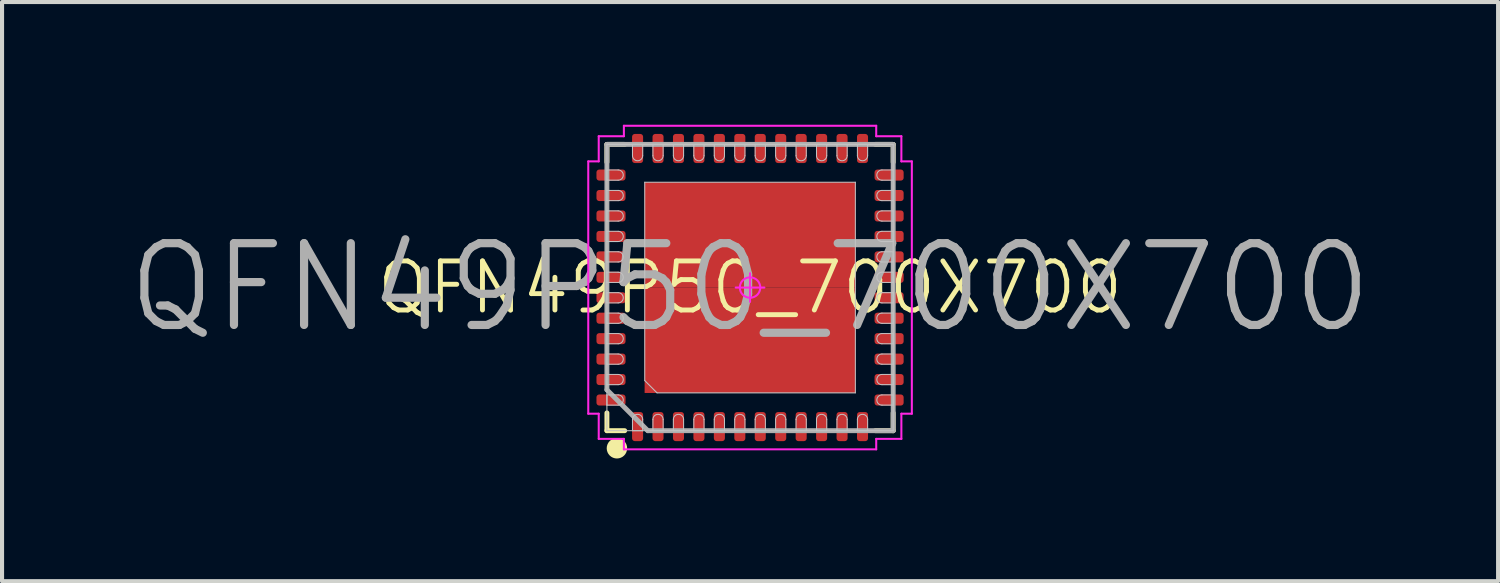
<source format=kicad_pcb>
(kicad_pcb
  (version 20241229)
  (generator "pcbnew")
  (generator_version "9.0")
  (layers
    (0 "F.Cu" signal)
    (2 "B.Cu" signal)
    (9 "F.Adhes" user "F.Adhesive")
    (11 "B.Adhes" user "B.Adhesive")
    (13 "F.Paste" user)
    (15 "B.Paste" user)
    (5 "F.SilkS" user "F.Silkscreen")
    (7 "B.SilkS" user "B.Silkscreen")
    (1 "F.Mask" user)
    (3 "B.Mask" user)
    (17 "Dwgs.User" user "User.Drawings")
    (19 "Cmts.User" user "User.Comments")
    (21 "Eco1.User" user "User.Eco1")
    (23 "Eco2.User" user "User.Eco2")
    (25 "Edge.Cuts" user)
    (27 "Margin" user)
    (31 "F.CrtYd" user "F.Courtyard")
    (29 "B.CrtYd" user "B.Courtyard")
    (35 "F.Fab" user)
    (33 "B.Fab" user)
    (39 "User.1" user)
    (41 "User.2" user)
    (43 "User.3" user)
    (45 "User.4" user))
  (footprint "QFN49P50_700X700"
    (layer "F.Cu")
    (at 15.29 3.981)
    (property "Reference" "QFN49P50_700X700" (at 0 0 0) (layer "F.SilkS") (effects (font (size 1.2 1.2) (thickness 0.12))))
    (attr smd)
    (fp_line (start -3.5 -3.5) (end -3.5 -3.065) (stroke (width 0.12) (type solid)) (layer "F.SilkS"))
    (fp_line (start -3.5 3.5) (end -3.5 3.065) (stroke (width 0.12) (type solid)) (layer "F.SilkS"))
    (fp_line (start -3.065 -3.5) (end -3.5 -3.5) (stroke (width 0.12) (type solid)) (layer "F.SilkS"))
    (fp_line (start -3.065 3.5) (end -3.5 3.5) (stroke (width 0.12) (type solid)) (layer "F.SilkS"))
    (fp_line (start 3.065 -3.5) (end 3.5 -3.5) (stroke (width 0.12) (type solid)) (layer "F.SilkS"))
    (fp_line (start 3.065 3.5) (end 3.5 3.5) (stroke (width 0.12) (type solid)) (layer "F.SilkS"))
    (fp_line (start 3.5 -3.5) (end 3.5 -3.065) (stroke (width 0.12) (type solid)) (layer "F.SilkS"))
    (fp_line (start 3.5 3.5) (end 3.5 3.065) (stroke (width 0.12) (type solid)) (layer "F.SilkS"))
    (fp_circle (center -3.255 3.93) (end -3.255 4.055) (stroke (width 0.25) (type solid)) (fill no) (layer "F.SilkS"))
    (fp_line (start -3.5 -3.5) (end 3.5 -3.5) (stroke (width 0.025) (type solid)) (layer "Dwgs.User"))
    (fp_line (start -3.5 -2.875) (end -3.5 -2.625) (stroke (width 0.025) (type solid)) (layer "Dwgs.User"))
    (fp_line (start -3.5 -2.625) (end -3.225 -2.625) (stroke (width 0.025) (type solid)) (layer "Dwgs.User"))
    (fp_line (start -3.5 -2.375) (end -3.5 -2.125) (stroke (width 0.025) (type solid)) (layer "Dwgs.User"))
    (fp_line (start -3.5 -2.125) (end -3.225 -2.125) (stroke (width 0.025) (type solid)) (layer "Dwgs.User"))
    (fp_line (start -3.5 -1.875) (end -3.5 -1.625) (stroke (width 0.025) (type solid)) (layer "Dwgs.User"))
    (fp_line (start -3.5 -1.625) (end -3.225 -1.625) (stroke (width 0.025) (type solid)) (layer "Dwgs.User"))
    (fp_line (start -3.5 -1.375) (end -3.5 -1.125) (stroke (width 0.025) (type solid)) (layer "Dwgs.User"))
    (fp_line (start -3.5 -1.125) (end -3.225 -1.125) (stroke (width 0.025) (type solid)) (layer "Dwgs.User"))
    (fp_line (start -3.5 -0.875) (end -3.5 -0.625) (stroke (width 0.025) (type solid)) (layer "Dwgs.User"))
    (fp_line (start -3.5 -0.625) (end -3.225 -0.625) (stroke (width 0.025) (type solid)) (layer "Dwgs.User"))
    (fp_line (start -3.5 -0.375) (end -3.5 -0.125) (stroke (width 0.025) (type solid)) (layer "Dwgs.User"))
    (fp_line (start -3.5 -0.125) (end -3.225 -0.125) (stroke (width 0.025) (type solid)) (layer "Dwgs.User"))
    (fp_line (start -3.5 0.125) (end -3.5 0.375) (stroke (width 0.025) (type solid)) (layer "Dwgs.User"))
    (fp_line (start -3.5 0.375) (end -3.225 0.375) (stroke (width 0.025) (type solid)) (layer "Dwgs.User"))
    (fp_line (start -3.5 0.625) (end -3.5 0.875) (stroke (width 0.025) (type solid)) (layer "Dwgs.User"))
    (fp_line (start -3.5 0.875) (end -3.225 0.875) (stroke (width 0.025) (type solid)) (layer "Dwgs.User"))
    (fp_line (start -3.5 1.125) (end -3.5 1.375) (stroke (width 0.025) (type solid)) (layer "Dwgs.User"))
    (fp_line (start -3.5 1.375) (end -3.225 1.375) (stroke (width 0.025) (type solid)) (layer "Dwgs.User"))
    (fp_line (start -3.5 1.625) (end -3.5 1.875) (stroke (width 0.025) (type solid)) (layer "Dwgs.User"))
    (fp_line (start -3.5 1.875) (end -3.225 1.875) (stroke (width 0.025) (type solid)) (layer "Dwgs.User"))
    (fp_line (start -3.5 2.125) (end -3.5 2.375) (stroke (width 0.025) (type solid)) (layer "Dwgs.User"))
    (fp_line (start -3.5 2.375) (end -3.225 2.375) (stroke (width 0.025) (type solid)) (layer "Dwgs.User"))
    (fp_line (start -3.5 2.625) (end -3.5 2.875) (stroke (width 0.025) (type solid)) (layer "Dwgs.User"))
    (fp_line (start -3.5 2.875) (end -3.225 2.875) (stroke (width 0.025) (type solid)) (layer "Dwgs.User"))
    (fp_line (start -3.5 3.5) (end -3.5 -3.5) (stroke (width 0.025) (type solid)) (layer "Dwgs.User"))
    (fp_line (start -3.225 -2.875) (end -3.5 -2.875) (stroke (width 0.025) (type solid)) (layer "Dwgs.User"))
    (fp_line (start -3.225 -2.375) (end -3.5 -2.375) (stroke (width 0.025) (type solid)) (layer "Dwgs.User"))
    (fp_line (start -3.225 -1.875) (end -3.5 -1.875) (stroke (width 0.025) (type solid)) (layer "Dwgs.User"))
    (fp_line (start -3.225 -1.375) (end -3.5 -1.375) (stroke (width 0.025) (type solid)) (layer "Dwgs.User"))
    (fp_line (start -3.225 -0.875) (end -3.5 -0.875) (stroke (width 0.025) (type solid)) (layer "Dwgs.User"))
    (fp_line (start -3.225 -0.375) (end -3.5 -0.375) (stroke (width 0.025) (type solid)) (layer "Dwgs.User"))
    (fp_line (start -3.225 0.125) (end -3.5 0.125) (stroke (width 0.025) (type solid)) (layer "Dwgs.User"))
    (fp_line (start -3.225 0.625) (end -3.5 0.625) (stroke (width 0.025) (type solid)) (layer "Dwgs.User"))
    (fp_line (start -3.225 1.125) (end -3.5 1.125) (stroke (width 0.025) (type solid)) (layer "Dwgs.User"))
    (fp_line (start -3.225 1.625) (end -3.5 1.625) (stroke (width 0.025) (type solid)) (layer "Dwgs.User"))
    (fp_line (start -3.225 2.125) (end -3.5 2.125) (stroke (width 0.025) (type solid)) (layer "Dwgs.User"))
    (fp_line (start -3.225 2.625) (end -3.5 2.625) (stroke (width 0.025) (type solid)) (layer "Dwgs.User"))
    (fp_line (start -2.875 -3.5) (end -2.875 -3.225) (stroke (width 0.025) (type solid)) (layer "Dwgs.User"))
    (fp_line (start -2.875 3.225) (end -2.875 3.5) (stroke (width 0.025) (type solid)) (layer "Dwgs.User"))
    (fp_line (start -2.875 3.5) (end -2.625 3.5) (stroke (width 0.025) (type solid)) (layer "Dwgs.User"))
    (fp_line (start -2.625 -3.5) (end -2.875 -3.5) (stroke (width 0.025) (type solid)) (layer "Dwgs.User"))
    (fp_line (start -2.625 -3.225) (end -2.625 -3.5) (stroke (width 0.025) (type solid)) (layer "Dwgs.User"))
    (fp_line (start -2.625 3.5) (end -2.625 3.225) (stroke (width 0.025) (type solid)) (layer "Dwgs.User"))
    (fp_line (start -2.575 -2.575) (end 2.575 -2.575) (stroke (width 0.025) (type solid)) (layer "Dwgs.User"))
    (fp_line (start -2.575 2.275) (end -2.575 -2.575) (stroke (width 0.025) (type solid)) (layer "Dwgs.User"))
    (fp_line (start -2.375 -3.5) (end -2.375 -3.225) (stroke (width 0.025) (type solid)) (layer "Dwgs.User"))
    (fp_line (start -2.375 3.225) (end -2.375 3.5) (stroke (width 0.025) (type solid)) (layer "Dwgs.User"))
    (fp_line (start -2.375 3.5) (end -2.125 3.5) (stroke (width 0.025) (type solid)) (layer "Dwgs.User"))
    (fp_line (start -2.275 2.575) (end -2.575 2.275) (stroke (width 0.025) (type solid)) (layer "Dwgs.User"))
    (fp_line (start -2.125 -3.5) (end -2.375 -3.5) (stroke (width 0.025) (type solid)) (layer "Dwgs.User"))
    (fp_line (start -2.125 -3.225) (end -2.125 -3.5) (stroke (width 0.025) (type solid)) (layer "Dwgs.User"))
    (fp_line (start -2.125 3.5) (end -2.125 3.225) (stroke (width 0.025) (type solid)) (layer "Dwgs.User"))
    (fp_line (start -1.875 -3.5) (end -1.875 -3.225) (stroke (width 0.025) (type solid)) (layer "Dwgs.User"))
    (fp_line (start -1.875 3.225) (end -1.875 3.5) (stroke (width 0.025) (type solid)) (layer "Dwgs.User"))
    (fp_line (start -1.875 3.5) (end -1.625 3.5) (stroke (width 0.025) (type solid)) (layer "Dwgs.User"))
    (fp_line (start -1.625 -3.5) (end -1.875 -3.5) (stroke (width 0.025) (type solid)) (layer "Dwgs.User"))
    (fp_line (start -1.625 -3.225) (end -1.625 -3.5) (stroke (width 0.025) (type solid)) (layer "Dwgs.User"))
    (fp_line (start -1.625 3.5) (end -1.625 3.225) (stroke (width 0.025) (type solid)) (layer "Dwgs.User"))
    (fp_line (start -1.375 -3.5) (end -1.375 -3.225) (stroke (width 0.025) (type solid)) (layer "Dwgs.User"))
    (fp_line (start -1.375 3.225) (end -1.375 3.5) (stroke (width 0.025) (type solid)) (layer "Dwgs.User"))
    (fp_line (start -1.375 3.5) (end -1.125 3.5) (stroke (width 0.025) (type solid)) (layer "Dwgs.User"))
    (fp_line (start -1.125 -3.5) (end -1.375 -3.5) (stroke (width 0.025) (type solid)) (layer "Dwgs.User"))
    (fp_line (start -1.125 -3.225) (end -1.125 -3.5) (stroke (width 0.025) (type solid)) (layer "Dwgs.User"))
    (fp_line (start -1.125 3.5) (end -1.125 3.225) (stroke (width 0.025) (type solid)) (layer "Dwgs.User"))
    (fp_line (start -0.875 -3.5) (end -0.875 -3.225) (stroke (width 0.025) (type solid)) (layer "Dwgs.User"))
    (fp_line (start -0.875 3.225) (end -0.875 3.5) (stroke (width 0.025) (type solid)) (layer "Dwgs.User"))
    (fp_line (start -0.875 3.5) (end -0.625 3.5) (stroke (width 0.025) (type solid)) (layer "Dwgs.User"))
    (fp_line (start -0.625 -3.5) (end -0.875 -3.5) (stroke (width 0.025) (type solid)) (layer "Dwgs.User"))
    (fp_line (start -0.625 -3.225) (end -0.625 -3.5) (stroke (width 0.025) (type solid)) (layer "Dwgs.User"))
    (fp_line (start -0.625 3.5) (end -0.625 3.225) (stroke (width 0.025) (type solid)) (layer "Dwgs.User"))
    (fp_line (start -0.375 -3.5) (end -0.375 -3.225) (stroke (width 0.025) (type solid)) (layer "Dwgs.User"))
    (fp_line (start -0.375 3.225) (end -0.375 3.5) (stroke (width 0.025) (type solid)) (layer "Dwgs.User"))
    (fp_line (start -0.375 3.5) (end -0.125 3.5) (stroke (width 0.025) (type solid)) (layer "Dwgs.User"))
    (fp_line (start -0.125 -3.5) (end -0.375 -3.5) (stroke (width 0.025) (type solid)) (layer "Dwgs.User"))
    (fp_line (start -0.125 -3.225) (end -0.125 -3.5) (stroke (width 0.025) (type solid)) (layer "Dwgs.User"))
    (fp_line (start -0.125 3.5) (end -0.125 3.225) (stroke (width 0.025) (type solid)) (layer "Dwgs.User"))
    (fp_line (start 0.125 -3.5) (end 0.125 -3.225) (stroke (width 0.025) (type solid)) (layer "Dwgs.User"))
    (fp_line (start 0.125 3.225) (end 0.125 3.5) (stroke (width 0.025) (type solid)) (layer "Dwgs.User"))
    (fp_line (start 0.125 3.5) (end 0.375 3.5) (stroke (width 0.025) (type solid)) (layer "Dwgs.User"))
    (fp_line (start 0.375 -3.5) (end 0.125 -3.5) (stroke (width 0.025) (type solid)) (layer "Dwgs.User"))
    (fp_line (start 0.375 -3.225) (end 0.375 -3.5) (stroke (width 0.025) (type solid)) (layer "Dwgs.User"))
    (fp_line (start 0.375 3.5) (end 0.375 3.225) (stroke (width 0.025) (type solid)) (layer "Dwgs.User"))
    (fp_line (start 0.625 -3.5) (end 0.625 -3.225) (stroke (width 0.025) (type solid)) (layer "Dwgs.User"))
    (fp_line (start 0.625 3.225) (end 0.625 3.5) (stroke (width 0.025) (type solid)) (layer "Dwgs.User"))
    (fp_line (start 0.625 3.5) (end 0.875 3.5) (stroke (width 0.025) (type solid)) (layer "Dwgs.User"))
    (fp_line (start 0.875 -3.5) (end 0.625 -3.5) (stroke (width 0.025) (type solid)) (layer "Dwgs.User"))
    (fp_line (start 0.875 -3.225) (end 0.875 -3.5) (stroke (width 0.025) (type solid)) (layer "Dwgs.User"))
    (fp_line (start 0.875 3.5) (end 0.875 3.225) (stroke (width 0.025) (type solid)) (layer "Dwgs.User"))
    (fp_line (start 1.125 -3.5) (end 1.125 -3.225) (stroke (width 0.025) (type solid)) (layer "Dwgs.User"))
    (fp_line (start 1.125 3.225) (end 1.125 3.5) (stroke (width 0.025) (type solid)) (layer "Dwgs.User"))
    (fp_line (start 1.125 3.5) (end 1.375 3.5) (stroke (width 0.025) (type solid)) (layer "Dwgs.User"))
    (fp_line (start 1.375 -3.5) (end 1.125 -3.5) (stroke (width 0.025) (type solid)) (layer "Dwgs.User"))
    (fp_line (start 1.375 -3.225) (end 1.375 -3.5) (stroke (width 0.025) (type solid)) (layer "Dwgs.User"))
    (fp_line (start 1.375 3.5) (end 1.375 3.225) (stroke (width 0.025) (type solid)) (layer "Dwgs.User"))
    (fp_line (start 1.625 -3.5) (end 1.625 -3.225) (stroke (width 0.025) (type solid)) (layer "Dwgs.User"))
    (fp_line (start 1.625 3.225) (end 1.625 3.5) (stroke (width 0.025) (type solid)) (layer "Dwgs.User"))
    (fp_line (start 1.625 3.5) (end 1.875 3.5) (stroke (width 0.025) (type solid)) (layer "Dwgs.User"))
    (fp_line (start 1.875 -3.5) (end 1.625 -3.5) (stroke (width 0.025) (type solid)) (layer "Dwgs.User"))
    (fp_line (start 1.875 -3.225) (end 1.875 -3.5) (stroke (width 0.025) (type solid)) (layer "Dwgs.User"))
    (fp_line (start 1.875 3.5) (end 1.875 3.225) (stroke (width 0.025) (type solid)) (layer "Dwgs.User"))
    (fp_line (start 2.125 -3.5) (end 2.125 -3.225) (stroke (width 0.025) (type solid)) (layer "Dwgs.User"))
    (fp_line (start 2.125 3.225) (end 2.125 3.5) (stroke (width 0.025) (type solid)) (layer "Dwgs.User"))
    (fp_line (start 2.125 3.5) (end 2.375 3.5) (stroke (width 0.025) (type solid)) (layer "Dwgs.User"))
    (fp_line (start 2.375 -3.5) (end 2.125 -3.5) (stroke (width 0.025) (type solid)) (layer "Dwgs.User"))
    (fp_line (start 2.375 -3.225) (end 2.375 -3.5) (stroke (width 0.025) (type solid)) (layer "Dwgs.User"))
    (fp_line (start 2.375 3.5) (end 2.375 3.225) (stroke (width 0.025) (type solid)) (layer "Dwgs.User"))
    (fp_line (start 2.575 -2.575) (end 2.575 2.575) (stroke (width 0.025) (type solid)) (layer "Dwgs.User"))
    (fp_line (start 2.575 2.575) (end -2.275 2.575) (stroke (width 0.025) (type solid)) (layer "Dwgs.User"))
    (fp_line (start 2.625 -3.5) (end 2.625 -3.225) (stroke (width 0.025) (type solid)) (layer "Dwgs.User"))
    (fp_line (start 2.625 3.225) (end 2.625 3.5) (stroke (width 0.025) (type solid)) (layer "Dwgs.User"))
    (fp_line (start 2.625 3.5) (end 2.875 3.5) (stroke (width 0.025) (type solid)) (layer "Dwgs.User"))
    (fp_line (start 2.875 -3.5) (end 2.625 -3.5) (stroke (width 0.025) (type solid)) (layer "Dwgs.User"))
    (fp_line (start 2.875 -3.225) (end 2.875 -3.5) (stroke (width 0.025) (type solid)) (layer "Dwgs.User"))
    (fp_line (start 2.875 3.5) (end 2.875 3.225) (stroke (width 0.025) (type solid)) (layer "Dwgs.User"))
    (fp_line (start 3.225 -2.625) (end 3.5 -2.625) (stroke (width 0.025) (type solid)) (layer "Dwgs.User"))
    (fp_line (start 3.225 -2.125) (end 3.5 -2.125) (stroke (width 0.025) (type solid)) (layer "Dwgs.User"))
    (fp_line (start 3.225 -1.625) (end 3.5 -1.625) (stroke (width 0.025) (type solid)) (layer "Dwgs.User"))
    (fp_line (start 3.225 -1.125) (end 3.5 -1.125) (stroke (width 0.025) (type solid)) (layer "Dwgs.User"))
    (fp_line (start 3.225 -0.625) (end 3.5 -0.625) (stroke (width 0.025) (type solid)) (layer "Dwgs.User"))
    (fp_line (start 3.225 -0.125) (end 3.5 -0.125) (stroke (width 0.025) (type solid)) (layer "Dwgs.User"))
    (fp_line (start 3.225 0.375) (end 3.5 0.375) (stroke (width 0.025) (type solid)) (layer "Dwgs.User"))
    (fp_line (start 3.225 0.875) (end 3.5 0.875) (stroke (width 0.025) (type solid)) (layer "Dwgs.User"))
    (fp_line (start 3.225 1.375) (end 3.5 1.375) (stroke (width 0.025) (type solid)) (layer "Dwgs.User"))
    (fp_line (start 3.225 1.875) (end 3.5 1.875) (stroke (width 0.025) (type solid)) (layer "Dwgs.User"))
    (fp_line (start 3.225 2.375) (end 3.5 2.375) (stroke (width 0.025) (type solid)) (layer "Dwgs.User"))
    (fp_line (start 3.225 2.875) (end 3.5 2.875) (stroke (width 0.025) (type solid)) (layer "Dwgs.User"))
    (fp_line (start 3.5 -3.5) (end 3.5 3.5) (stroke (width 0.025) (type solid)) (layer "Dwgs.User"))
    (fp_line (start 3.5 -2.875) (end 3.225 -2.875) (stroke (width 0.025) (type solid)) (layer "Dwgs.User"))
    (fp_line (start 3.5 -2.625) (end 3.5 -2.875) (stroke (width 0.025) (type solid)) (layer "Dwgs.User"))
    (fp_line (start 3.5 -2.375) (end 3.225 -2.375) (stroke (width 0.025) (type solid)) (layer "Dwgs.User"))
    (fp_line (start 3.5 -2.125) (end 3.5 -2.375) (stroke (width 0.025) (type solid)) (layer "Dwgs.User"))
    (fp_line (start 3.5 -1.875) (end 3.225 -1.875) (stroke (width 0.025) (type solid)) (layer "Dwgs.User"))
    (fp_line (start 3.5 -1.625) (end 3.5 -1.875) (stroke (width 0.025) (type solid)) (layer "Dwgs.User"))
    (fp_line (start 3.5 -1.375) (end 3.225 -1.375) (stroke (width 0.025) (type solid)) (layer "Dwgs.User"))
    (fp_line (start 3.5 -1.125) (end 3.5 -1.375) (stroke (width 0.025) (type solid)) (layer "Dwgs.User"))
    (fp_line (start 3.5 -0.875) (end 3.225 -0.875) (stroke (width 0.025) (type solid)) (layer "Dwgs.User"))
    (fp_line (start 3.5 -0.625) (end 3.5 -0.875) (stroke (width 0.025) (type solid)) (layer "Dwgs.User"))
    (fp_line (start 3.5 -0.375) (end 3.225 -0.375) (stroke (width 0.025) (type solid)) (layer "Dwgs.User"))
    (fp_line (start 3.5 -0.125) (end 3.5 -0.375) (stroke (width 0.025) (type solid)) (layer "Dwgs.User"))
    (fp_line (start 3.5 0.125) (end 3.225 0.125) (stroke (width 0.025) (type solid)) (layer "Dwgs.User"))
    (fp_line (start 3.5 0.375) (end 3.5 0.125) (stroke (width 0.025) (type solid)) (layer "Dwgs.User"))
    (fp_line (start 3.5 0.625) (end 3.225 0.625) (stroke (width 0.025) (type solid)) (layer "Dwgs.User"))
    (fp_line (start 3.5 0.875) (end 3.5 0.625) (stroke (width 0.025) (type solid)) (layer "Dwgs.User"))
    (fp_line (start 3.5 1.125) (end 3.225 1.125) (stroke (width 0.025) (type solid)) (layer "Dwgs.User"))
    (fp_line (start 3.5 1.375) (end 3.5 1.125) (stroke (width 0.025) (type solid)) (layer "Dwgs.User"))
    (fp_line (start 3.5 1.625) (end 3.225 1.625) (stroke (width 0.025) (type solid)) (layer "Dwgs.User"))
    (fp_line (start 3.5 1.875) (end 3.5 1.625) (stroke (width 0.025) (type solid)) (layer "Dwgs.User"))
    (fp_line (start 3.5 2.125) (end 3.225 2.125) (stroke (width 0.025) (type solid)) (layer "Dwgs.User"))
    (fp_line (start 3.5 2.375) (end 3.5 2.125) (stroke (width 0.025) (type solid)) (layer "Dwgs.User"))
    (fp_line (start 3.5 2.625) (end 3.225 2.625) (stroke (width 0.025) (type solid)) (layer "Dwgs.User"))
    (fp_line (start 3.5 2.875) (end 3.5 2.625) (stroke (width 0.025) (type solid)) (layer "Dwgs.User"))
    (fp_line (start 3.5 3.5) (end -3.5 3.5) (stroke (width 0.025) (type solid)) (layer "Dwgs.User"))
    (fp_arc (start -3.225 -2.875) (mid -3.1 -2.75) (end -3.225 -2.625) (stroke (width 0.025) (type solid)) (layer "Dwgs.User"))
    (fp_arc (start -3.225 -2.375) (mid -3.1 -2.25) (end -3.225 -2.125) (stroke (width 0.025) (type solid)) (layer "Dwgs.User"))
    (fp_arc (start -3.225 -1.875) (mid -3.1 -1.75) (end -3.225 -1.625) (stroke (width 0.025) (type solid)) (layer "Dwgs.User"))
    (fp_arc (start -3.225 -1.375) (mid -3.1 -1.25) (end -3.225 -1.125) (stroke (width 0.025) (type solid)) (layer "Dwgs.User"))
    (fp_arc (start -3.225 -0.875) (mid -3.1 -0.75) (end -3.225 -0.625) (stroke (width 0.025) (type solid)) (layer "Dwgs.User"))
    (fp_arc (start -3.225 -0.375) (mid -3.1 -0.25) (end -3.225 -0.125) (stroke (width 0.025) (type solid)) (layer "Dwgs.User"))
    (fp_arc (start -3.225 0.125) (mid -3.1 0.25) (end -3.225 0.375) (stroke (width 0.025) (type solid)) (layer "Dwgs.User"))
    (fp_arc (start -3.225 0.625) (mid -3.1 0.75) (end -3.225 0.875) (stroke (width 0.025) (type solid)) (layer "Dwgs.User"))
    (fp_arc (start -3.225 1.125) (mid -3.1 1.25) (end -3.225 1.375) (stroke (width 0.025) (type solid)) (layer "Dwgs.User"))
    (fp_arc (start -3.225 1.625) (mid -3.1 1.75) (end -3.225 1.875) (stroke (width 0.025) (type solid)) (layer "Dwgs.User"))
    (fp_arc (start -3.225 2.125) (mid -3.1 2.25) (end -3.225 2.375) (stroke (width 0.025) (type solid)) (layer "Dwgs.User"))
    (fp_arc (start -3.225 2.625) (mid -3.1 2.75) (end -3.225 2.875) (stroke (width 0.025) (type solid)) (layer "Dwgs.User"))
    (fp_arc (start -2.875 3.225) (mid -2.75 3.1) (end -2.625 3.225) (stroke (width 0.025) (type solid)) (layer "Dwgs.User"))
    (fp_arc (start -2.625 -3.225) (mid -2.75 -3.1) (end -2.875 -3.225) (stroke (width 0.025) (type solid)) (layer "Dwgs.User"))
    (fp_arc (start -2.375 3.225) (mid -2.25 3.1) (end -2.125 3.225) (stroke (width 0.025) (type solid)) (layer "Dwgs.User"))
    (fp_arc (start -2.125 -3.225) (mid -2.25 -3.1) (end -2.375 -3.225) (stroke (width 0.025) (type solid)) (layer "Dwgs.User"))
    (fp_arc (start -1.875 3.225) (mid -1.75 3.1) (end -1.625 3.225) (stroke (width 0.025) (type solid)) (layer "Dwgs.User"))
    (fp_arc (start -1.625 -3.225) (mid -1.75 -3.1) (end -1.875 -3.225) (stroke (width 0.025) (type solid)) (layer "Dwgs.User"))
    (fp_arc (start -1.375 3.225) (mid -1.25 3.1) (end -1.125 3.225) (stroke (width 0.025) (type solid)) (layer "Dwgs.User"))
    (fp_arc (start -1.125 -3.225) (mid -1.25 -3.1) (end -1.375 -3.225) (stroke (width 0.025) (type solid)) (layer "Dwgs.User"))
    (fp_arc (start -0.875 3.225) (mid -0.75 3.1) (end -0.625 3.225) (stroke (width 0.025) (type solid)) (layer "Dwgs.User"))
    (fp_arc (start -0.625 -3.225) (mid -0.75 -3.1) (end -0.875 -3.225) (stroke (width 0.025) (type solid)) (layer "Dwgs.User"))
    (fp_arc (start -0.375 3.225) (mid -0.25 3.1) (end -0.125 3.225) (stroke (width 0.025) (type solid)) (layer "Dwgs.User"))
    (fp_arc (start -0.125 -3.225) (mid -0.25 -3.1) (end -0.375 -3.225) (stroke (width 0.025) (type solid)) (layer "Dwgs.User"))
    (fp_arc (start 0.125 3.225) (mid 0.25 3.1) (end 0.375 3.225) (stroke (width 0.025) (type solid)) (layer "Dwgs.User"))
    (fp_arc (start 0.375 -3.225) (mid 0.25 -3.1) (end 0.125 -3.225) (stroke (width 0.025) (type solid)) (layer "Dwgs.User"))
    (fp_arc (start 0.625 3.225) (mid 0.75 3.1) (end 0.875 3.225) (stroke (width 0.025) (type solid)) (layer "Dwgs.User"))
    (fp_arc (start 0.875 -3.225) (mid 0.75 -3.1) (end 0.625 -3.225) (stroke (width 0.025) (type solid)) (layer "Dwgs.User"))
    (fp_arc (start 1.125 3.225) (mid 1.25 3.1) (end 1.375 3.225) (stroke (width 0.025) (type solid)) (layer "Dwgs.User"))
    (fp_arc (start 1.375 -3.225) (mid 1.25 -3.1) (end 1.125 -3.225) (stroke (width 0.025) (type solid)) (layer "Dwgs.User"))
    (fp_arc (start 1.625 3.225) (mid 1.75 3.1) (end 1.875 3.225) (stroke (width 0.025) (type solid)) (layer "Dwgs.User"))
    (fp_arc (start 1.875 -3.225) (mid 1.75 -3.1) (end 1.625 -3.225) (stroke (width 0.025) (type solid)) (layer "Dwgs.User"))
    (fp_arc (start 2.125 3.225) (mid 2.25 3.1) (end 2.375 3.225) (stroke (width 0.025) (type solid)) (layer "Dwgs.User"))
    (fp_arc (start 2.375 -3.225) (mid 2.25 -3.1) (end 2.125 -3.225) (stroke (width 0.025) (type solid)) (layer "Dwgs.User"))
    (fp_arc (start 2.625 3.225) (mid 2.75 3.1) (end 2.875 3.225) (stroke (width 0.025) (type solid)) (layer "Dwgs.User"))
    (fp_arc (start 2.875 -3.225) (mid 2.75 -3.1) (end 2.625 -3.225) (stroke (width 0.025) (type solid)) (layer "Dwgs.User"))
    (fp_arc (start 3.225 -2.625) (mid 3.1 -2.75) (end 3.225 -2.875) (stroke (width 0.025) (type solid)) (layer "Dwgs.User"))
    (fp_arc (start 3.225 -2.125) (mid 3.1 -2.25) (end 3.225 -2.375) (stroke (width 0.025) (type solid)) (layer "Dwgs.User"))
    (fp_arc (start 3.225 -1.625) (mid 3.1 -1.75) (end 3.225 -1.875) (stroke (width 0.025) (type solid)) (layer "Dwgs.User"))
    (fp_arc (start 3.225 -1.125) (mid 3.1 -1.25) (end 3.225 -1.375) (stroke (width 0.025) (type solid)) (layer "Dwgs.User"))
    (fp_arc (start 3.225 -0.625) (mid 3.1 -0.75) (end 3.225 -0.875) (stroke (width 0.025) (type solid)) (layer "Dwgs.User"))
    (fp_arc (start 3.225 -0.125) (mid 3.1 -0.25) (end 3.225 -0.375) (stroke (width 0.025) (type solid)) (layer "Dwgs.User"))
    (fp_arc (start 3.225 0.375) (mid 3.1 0.25) (end 3.225 0.125) (stroke (width 0.025) (type solid)) (layer "Dwgs.User"))
    (fp_arc (start 3.225 0.875) (mid 3.1 0.75) (end 3.225 0.625) (stroke (width 0.025) (type solid)) (layer "Dwgs.User"))
    (fp_arc (start 3.225 1.375) (mid 3.1 1.25) (end 3.225 1.125) (stroke (width 0.025) (type solid)) (layer "Dwgs.User"))
    (fp_arc (start 3.225 1.875) (mid 3.1 1.75) (end 3.225 1.625) (stroke (width 0.025) (type solid)) (layer "Dwgs.User"))
    (fp_arc (start 3.225 2.375) (mid 3.1 2.25) (end 3.225 2.125) (stroke (width 0.025) (type solid)) (layer "Dwgs.User"))
    (fp_arc (start 3.225 2.875) (mid 3.1 2.75) (end 3.225 2.625) (stroke (width 0.025) (type solid)) (layer "Dwgs.User"))
    (fp_line (start -3.956 -3.085) (end -3.956 3.085) (stroke (width 0.05) (type solid)) (layer "F.CrtYd"))
    (fp_line (start -3.956 3.085) (end -3.7 3.085) (stroke (width 0.05) (type solid)) (layer "F.CrtYd"))
    (fp_line (start -3.7 -3.7) (end -3.7 -3.085) (stroke (width 0.05) (type solid)) (layer "F.CrtYd"))
    (fp_line (start -3.7 -3.085) (end -3.956 -3.085) (stroke (width 0.05) (type solid)) (layer "F.CrtYd"))
    (fp_line (start -3.7 3.085) (end -3.7 3.7) (stroke (width 0.05) (type solid)) (layer "F.CrtYd"))
    (fp_line (start -3.7 3.7) (end -3.085 3.7) (stroke (width 0.05) (type solid)) (layer "F.CrtYd"))
    (fp_line (start -3.085 -3.956) (end -3.085 -3.7) (stroke (width 0.05) (type solid)) (layer "F.CrtYd"))
    (fp_line (start -3.085 -3.7) (end -3.7 -3.7) (stroke (width 0.05) (type solid)) (layer "F.CrtYd"))
    (fp_line (start -3.085 3.7) (end -3.085 3.956) (stroke (width 0.05) (type solid)) (layer "F.CrtYd"))
    (fp_line (start -3.085 3.956) (end 3.085 3.956) (stroke (width 0.05) (type solid)) (layer "F.CrtYd"))
    (fp_line (start -0.35 0) (end 0.35 0) (stroke (width 0.05) (type solid)) (layer "F.CrtYd"))
    (fp_line (start 0 -0.35) (end 0 0.35) (stroke (width 0.05) (type solid)) (layer "F.CrtYd"))
    (fp_line (start 3.085 -3.956) (end -3.085 -3.956) (stroke (width 0.05) (type solid)) (layer "F.CrtYd"))
    (fp_line (start 3.085 -3.7) (end 3.085 -3.956) (stroke (width 0.05) (type solid)) (layer "F.CrtYd"))
    (fp_line (start 3.085 3.7) (end 3.7 3.7) (stroke (width 0.05) (type solid)) (layer "F.CrtYd"))
    (fp_line (start 3.085 3.956) (end 3.085 3.7) (stroke (width 0.05) (type solid)) (layer "F.CrtYd"))
    (fp_line (start 3.7 -3.7) (end 3.085 -3.7) (stroke (width 0.05) (type solid)) (layer "F.CrtYd"))
    (fp_line (start 3.7 -3.085) (end 3.7 -3.7) (stroke (width 0.05) (type solid)) (layer "F.CrtYd"))
    (fp_line (start 3.7 3.085) (end 3.956 3.085) (stroke (width 0.05) (type solid)) (layer "F.CrtYd"))
    (fp_line (start 3.7 3.7) (end 3.7 3.085) (stroke (width 0.05) (type solid)) (layer "F.CrtYd"))
    (fp_line (start 3.956 -3.085) (end 3.7 -3.085) (stroke (width 0.05) (type solid)) (layer "F.CrtYd"))
    (fp_line (start 3.956 3.085) (end 3.956 -3.085) (stroke (width 0.05) (type solid)) (layer "F.CrtYd"))
    (fp_circle (center 0 0) (end 0 0.25) (stroke (width 0.05) (type solid)) (fill no) (layer "F.CrtYd"))
    (fp_line (start -3.5 -3.5) (end 3.5 -3.5) (stroke (width 0.12) (type solid)) (layer "F.Fab"))
    (fp_line (start -3.5 2.5) (end -3.5 -3.5) (stroke (width 0.12) (type solid)) (layer "F.Fab"))
    (fp_line (start -2.5 3.5) (end -3.5 2.5) (stroke (width 0.12) (type solid)) (layer "F.Fab"))
    (fp_line (start 3.5 -3.5) (end 3.5 3.5) (stroke (width 0.12) (type solid)) (layer "F.Fab"))
    (fp_line (start 3.5 3.5) (end -2.5 3.5) (stroke (width 0.12) (type solid)) (layer "F.Fab"))
    (fp_text user "${REFERENCE}" (at 0 0 0) (layer "F.Fab") (effects (font (size 2 2) (thickness 0.2))))
    (pad "" smd rect (at -1.288 -1.288 90) (size 1.82 1.82) (layers "F.Paste"))
    (pad "" smd rect (at -1.288 1.288 90) (size 1.82 1.82) (layers "F.Paste"))
    (pad "" smd rect (at 1.288 -1.288 90) (size 1.82 1.82) (layers "F.Paste"))
    (pad "" smd rect (at 1.288 1.288 90) (size 1.82 1.82) (layers "F.Paste"))
    (pad "1" smd roundrect (at -2.75 3.4 90) (size 0.711 0.27) (layers "F.Cu" "F.Mask" "F.Paste") (roundrect_rratio 0.252))
    (pad "2" smd roundrect (at -2.25 3.4 90) (size 0.711 0.27) (layers "F.Cu" "F.Mask" "F.Paste") (roundrect_rratio 0.252))
    (pad "3" smd roundrect (at -1.75 3.4 90) (size 0.711 0.27) (layers "F.Cu" "F.Mask" "F.Paste") (roundrect_rratio 0.252))
    (pad "4" smd roundrect (at -1.25 3.4 90) (size 0.711 0.27) (layers "F.Cu" "F.Mask" "F.Paste") (roundrect_rratio 0.252))
    (pad "5" smd roundrect (at -0.75 3.4 90) (size 0.711 0.27) (layers "F.Cu" "F.Mask" "F.Paste") (roundrect_rratio 0.252))
    (pad "6" smd roundrect (at -0.25 3.4 90) (size 0.711 0.27) (layers "F.Cu" "F.Mask" "F.Paste") (roundrect_rratio 0.252))
    (pad "7" smd roundrect (at 0.25 3.4 90) (size 0.711 0.27) (layers "F.Cu" "F.Mask" "F.Paste") (roundrect_rratio 0.252))
    (pad "8" smd roundrect (at 0.75 3.4 90) (size 0.711 0.27) (layers "F.Cu" "F.Mask" "F.Paste") (roundrect_rratio 0.252))
    (pad "9" smd roundrect (at 1.25 3.4 90) (size 0.711 0.27) (layers "F.Cu" "F.Mask" "F.Paste") (roundrect_rratio 0.252))
    (pad "10" smd roundrect (at 1.75 3.4 90) (size 0.711 0.27) (layers "F.Cu" "F.Mask" "F.Paste") (roundrect_rratio 0.252))
    (pad "11" smd roundrect (at 2.25 3.4 90) (size 0.711 0.27) (layers "F.Cu" "F.Mask" "F.Paste") (roundrect_rratio 0.252))
    (pad "12" smd roundrect (at 2.75 3.4 90) (size 0.711 0.27) (layers "F.Cu" "F.Mask" "F.Paste") (roundrect_rratio 0.252))
    (pad "13" smd roundrect (at 3.4 2.75) (size 0.711 0.27) (layers "F.Cu" "F.Mask" "F.Paste") (roundrect_rratio 0.252))
    (pad "14" smd roundrect (at 3.4 2.25) (size 0.711 0.27) (layers "F.Cu" "F.Mask" "F.Paste") (roundrect_rratio 0.252))
    (pad "15" smd roundrect (at 3.4 1.75) (size 0.711 0.27) (layers "F.Cu" "F.Mask" "F.Paste") (roundrect_rratio 0.252))
    (pad "16" smd roundrect (at 3.4 1.25) (size 0.711 0.27) (layers "F.Cu" "F.Mask" "F.Paste") (roundrect_rratio 0.252))
    (pad "17" smd roundrect (at 3.4 0.75) (size 0.711 0.27) (layers "F.Cu" "F.Mask" "F.Paste") (roundrect_rratio 0.252))
    (pad "18" smd roundrect (at 3.4 0.25) (size 0.711 0.27) (layers "F.Cu" "F.Mask" "F.Paste") (roundrect_rratio 0.252))
    (pad "19" smd roundrect (at 3.4 -0.25) (size 0.711 0.27) (layers "F.Cu" "F.Mask" "F.Paste") (roundrect_rratio 0.252))
    (pad "20" smd roundrect (at 3.4 -0.75) (size 0.711 0.27) (layers "F.Cu" "F.Mask" "F.Paste") (roundrect_rratio 0.252))
    (pad "21" smd roundrect (at 3.4 -1.25) (size 0.711 0.27) (layers "F.Cu" "F.Mask" "F.Paste") (roundrect_rratio 0.252))
    (pad "22" smd roundrect (at 3.4 -1.75) (size 0.711 0.27) (layers "F.Cu" "F.Mask" "F.Paste") (roundrect_rratio 0.252))
    (pad "23" smd roundrect (at 3.4 -2.25) (size 0.711 0.27) (layers "F.Cu" "F.Mask" "F.Paste") (roundrect_rratio 0.252))
    (pad "24" smd roundrect (at 3.4 -2.75) (size 0.711 0.27) (layers "F.Cu" "F.Mask" "F.Paste") (roundrect_rratio 0.252))
    (pad "25" smd roundrect (at 2.75 -3.4 90) (size 0.711 0.27) (layers "F.Cu" "F.Mask" "F.Paste") (roundrect_rratio 0.252))
    (pad "26" smd roundrect (at 2.25 -3.4 90) (size 0.711 0.27) (layers "F.Cu" "F.Mask" "F.Paste") (roundrect_rratio 0.252))
    (pad "27" smd roundrect (at 1.75 -3.4 90) (size 0.711 0.27) (layers "F.Cu" "F.Mask" "F.Paste") (roundrect_rratio 0.252))
    (pad "28" smd roundrect (at 1.25 -3.4 90) (size 0.711 0.27) (layers "F.Cu" "F.Mask" "F.Paste") (roundrect_rratio 0.252))
    (pad "29" smd roundrect (at 0.75 -3.4 90) (size 0.711 0.27) (layers "F.Cu" "F.Mask" "F.Paste") (roundrect_rratio 0.252))
    (pad "30" smd roundrect (at 0.25 -3.4 90) (size 0.711 0.27) (layers "F.Cu" "F.Mask" "F.Paste") (roundrect_rratio 0.252))
    (pad "31" smd roundrect (at -0.25 -3.4 90) (size 0.711 0.27) (layers "F.Cu" "F.Mask" "F.Paste") (roundrect_rratio 0.252))
    (pad "32" smd roundrect (at -0.75 -3.4 90) (size 0.711 0.27) (layers "F.Cu" "F.Mask" "F.Paste") (roundrect_rratio 0.252))
    (pad "33" smd roundrect (at -1.25 -3.4 90) (size 0.711 0.27) (layers "F.Cu" "F.Mask" "F.Paste") (roundrect_rratio 0.252))
    (pad "34" smd roundrect (at -1.75 -3.4 90) (size 0.711 0.27) (layers "F.Cu" "F.Mask" "F.Paste") (roundrect_rratio 0.252))
    (pad "35" smd roundrect (at -2.25 -3.4 90) (size 0.711 0.27) (layers "F.Cu" "F.Mask" "F.Paste") (roundrect_rratio 0.252))
    (pad "36" smd roundrect (at -2.75 -3.4 90) (size 0.711 0.27) (layers "F.Cu" "F.Mask" "F.Paste") (roundrect_rratio 0.252))
    (pad "37" smd roundrect (at -3.4 -2.75) (size 0.711 0.27) (layers "F.Cu" "F.Mask" "F.Paste") (roundrect_rratio 0.252))
    (pad "38" smd roundrect (at -3.4 -2.25) (size 0.711 0.27) (layers "F.Cu" "F.Mask" "F.Paste") (roundrect_rratio 0.252))
    (pad "39" smd roundrect (at -3.4 -1.75) (size 0.711 0.27) (layers "F.Cu" "F.Mask" "F.Paste") (roundrect_rratio 0.252))
    (pad "40" smd roundrect (at -3.4 -1.25) (size 0.711 0.27) (layers "F.Cu" "F.Mask" "F.Paste") (roundrect_rratio 0.252))
    (pad "41" smd roundrect (at -3.4 -0.75) (size 0.711 0.27) (layers "F.Cu" "F.Mask" "F.Paste") (roundrect_rratio 0.252))
    (pad "42" smd roundrect (at -3.4 -0.25) (size 0.711 0.27) (layers "F.Cu" "F.Mask" "F.Paste") (roundrect_rratio 0.252))
    (pad "43" smd roundrect (at -3.4 0.25) (size 0.711 0.27) (layers "F.Cu" "F.Mask" "F.Paste") (roundrect_rratio 0.252))
    (pad "44" smd roundrect (at -3.4 0.75) (size 0.711 0.27) (layers "F.Cu" "F.Mask" "F.Paste") (roundrect_rratio 0.252))
    (pad "45" smd roundrect (at -3.4 1.25) (size 0.711 0.27) (layers "F.Cu" "F.Mask" "F.Paste") (roundrect_rratio 0.252))
    (pad "46" smd roundrect (at -3.4 1.75) (size 0.711 0.27) (layers "F.Cu" "F.Mask" "F.Paste") (roundrect_rratio 0.252))
    (pad "47" smd roundrect (at -3.4 2.25) (size 0.711 0.27) (layers "F.Cu" "F.Mask" "F.Paste") (roundrect_rratio 0.252))
    (pad "48" smd roundrect (at -3.4 2.75) (size 0.711 0.27) (layers "F.Cu" "F.Mask" "F.Paste") (roundrect_rratio 0.252))
    (pad "49" smd rect (at -1.288 -1.288) (size 2.58 2.58) (layers "F.Cu" "F.Mask" "F.Paste"))
    (pad "49" smd rect (at -1.288 1.288) (size 2.58 2.58) (layers "F.Cu" "F.Mask" "F.Paste"))
    (pad "49" smd rect (at 1.288 -1.288) (size 2.58 2.58) (layers "F.Cu" "F.Mask" "F.Paste"))
    (pad "49" smd rect (at 1.288 1.288) (size 2.58 2.58) (layers "F.Cu" "F.Mask" "F.Paste")))
  (gr_rect
    (start -3 -3)
    (end 33.581 11.161)
    (stroke (width 0.1) (type default))
    (fill no)
    (layer "Edge.Cuts")))
</source>
